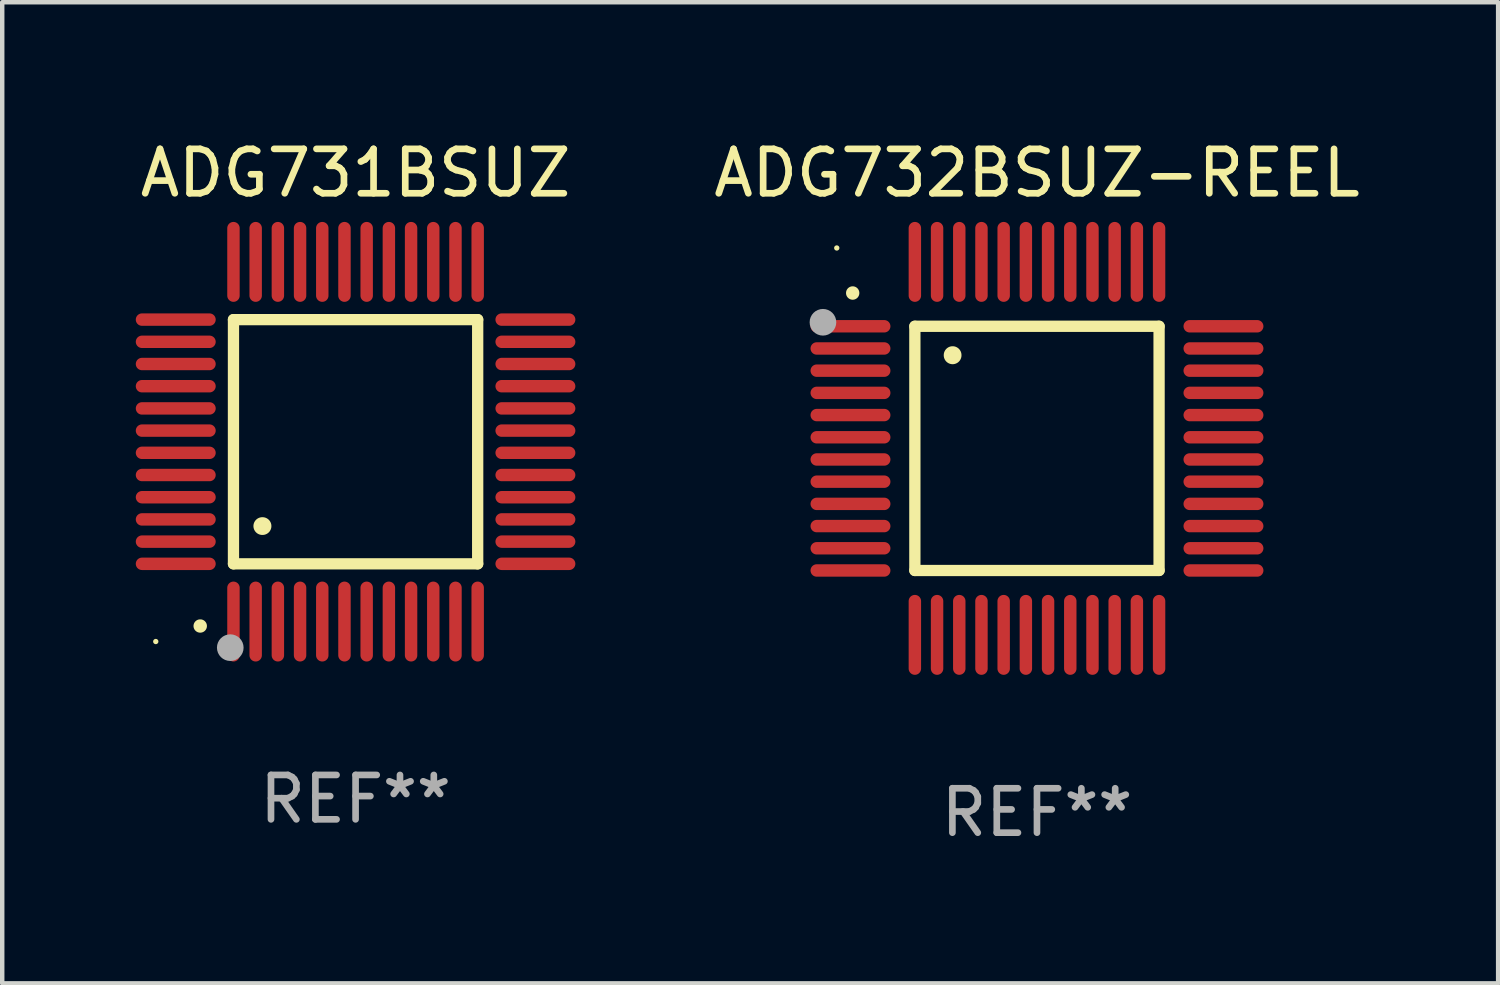
<source format=kicad_pcb>
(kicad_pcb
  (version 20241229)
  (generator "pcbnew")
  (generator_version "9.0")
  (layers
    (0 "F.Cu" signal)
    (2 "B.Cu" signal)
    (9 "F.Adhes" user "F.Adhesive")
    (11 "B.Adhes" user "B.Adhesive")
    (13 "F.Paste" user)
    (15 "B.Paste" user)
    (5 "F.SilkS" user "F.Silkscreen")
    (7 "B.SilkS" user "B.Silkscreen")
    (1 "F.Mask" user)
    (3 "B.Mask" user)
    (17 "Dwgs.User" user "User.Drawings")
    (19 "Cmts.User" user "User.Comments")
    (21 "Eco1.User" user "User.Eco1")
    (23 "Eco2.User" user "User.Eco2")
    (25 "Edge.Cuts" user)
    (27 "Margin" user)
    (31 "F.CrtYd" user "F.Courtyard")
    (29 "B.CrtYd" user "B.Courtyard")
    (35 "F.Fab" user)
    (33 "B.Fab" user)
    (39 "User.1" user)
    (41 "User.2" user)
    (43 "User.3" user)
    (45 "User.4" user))
  (footprint "ADG731BSUZ"
    (layer "F.Cu")
    (at 4.958 6.898)
    (property "Reference" "ADG731BSUZ" (at 0 -6.05 0) (layer "F.SilkS") (effects (font (size 1 1) (thickness 0.15))))
    (attr through_hole)
    (fp_line (start -2.75 -2.75) (end 2.75 -2.75) (stroke (width 0.254) (type solid)) (layer "F.SilkS"))
    (fp_line (start -2.75 2.75) (end -2.75 -2.75) (stroke (width 0.254) (type solid)) (layer "F.SilkS"))
    (fp_line (start 2.75 -2.75) (end 2.75 2.75) (stroke (width 0.254) (type solid)) (layer "F.SilkS"))
    (fp_line (start 2.75 2.75) (end -2.75 2.75) (stroke (width 0.254) (type solid)) (layer "F.SilkS"))
    (fp_arc (start -3.500127 4.150368) (mid -3.498857 4.150363) (end -3.497587 4.150368) (stroke (width 0.3) (type solid)) (layer "F.SilkS"))
    (fp_arc (start -2.100584 1.899924) (mid -2.098044 1.899908) (end -2.095504 1.899924) (stroke (width 0.4) (type solid)) (layer "F.SilkS"))
    (fp_circle (center -4.5 4.5) (end -4.47 4.5) (stroke (width 0.06) (type solid)) (fill no) (layer "F.SilkS"))
    (fp_circle (center -2.822 4.638) (end -2.672 4.638) (stroke (width 0.3) (type solid)) (fill no) (layer "F.Fab"))
    (fp_text user "REF**" (at 0 8.05 0) (layer "F.Fab") (effects (font (size 1 1) (thickness 0.15))))
    (pad "1" smd oval (at -2.75 4.05) (size 0.28 1.8) (layers "F.Cu" "F.Mask" "F.Paste"))
    (pad "2" smd oval (at -2.25 4.05) (size 0.28 1.8) (layers "F.Cu" "F.Mask" "F.Paste"))
    (pad "3" smd oval (at -1.75 4.05) (size 0.28 1.8) (layers "F.Cu" "F.Mask" "F.Paste"))
    (pad "4" smd oval (at -1.25 4.05) (size 0.28 1.8) (layers "F.Cu" "F.Mask" "F.Paste"))
    (pad "5" smd oval (at -0.75 4.05) (size 0.28 1.8) (layers "F.Cu" "F.Mask" "F.Paste"))
    (pad "6" smd oval (at -0.25 4.05) (size 0.28 1.8) (layers "F.Cu" "F.Mask" "F.Paste"))
    (pad "7" smd oval (at 0.25 4.05) (size 0.28 1.8) (layers "F.Cu" "F.Mask" "F.Paste"))
    (pad "8" smd oval (at 0.75 4.05) (size 0.28 1.8) (layers "F.Cu" "F.Mask" "F.Paste"))
    (pad "9" smd oval (at 1.25 4.05) (size 0.28 1.8) (layers "F.Cu" "F.Mask" "F.Paste"))
    (pad "10" smd oval (at 1.75 4.05) (size 0.28 1.8) (layers "F.Cu" "F.Mask" "F.Paste"))
    (pad "11" smd oval (at 2.25 4.05) (size 0.28 1.8) (layers "F.Cu" "F.Mask" "F.Paste"))
    (pad "12" smd oval (at 2.75 4.05) (size 0.28 1.8) (layers "F.Cu" "F.Mask" "F.Paste"))
    (pad "13" smd oval (at 4.05 2.75) (size 1.8 0.28) (layers "F.Cu" "F.Mask" "F.Paste"))
    (pad "14" smd oval (at 4.05 2.25) (size 1.8 0.28) (layers "F.Cu" "F.Mask" "F.Paste"))
    (pad "15" smd oval (at 4.05 1.75) (size 1.8 0.28) (layers "F.Cu" "F.Mask" "F.Paste"))
    (pad "16" smd oval (at 4.05 1.25) (size 1.8 0.28) (layers "F.Cu" "F.Mask" "F.Paste"))
    (pad "17" smd oval (at 4.05 0.75) (size 1.8 0.28) (layers "F.Cu" "F.Mask" "F.Paste"))
    (pad "18" smd oval (at 4.05 0.25) (size 1.8 0.28) (layers "F.Cu" "F.Mask" "F.Paste"))
    (pad "19" smd oval (at 4.05 -0.25) (size 1.8 0.28) (layers "F.Cu" "F.Mask" "F.Paste"))
    (pad "20" smd oval (at 4.05 -0.75) (size 1.8 0.28) (layers "F.Cu" "F.Mask" "F.Paste"))
    (pad "21" smd oval (at 4.05 -1.25) (size 1.8 0.28) (layers "F.Cu" "F.Mask" "F.Paste"))
    (pad "22" smd oval (at 4.05 -1.75) (size 1.8 0.28) (layers "F.Cu" "F.Mask" "F.Paste"))
    (pad "23" smd oval (at 4.05 -2.25) (size 1.8 0.28) (layers "F.Cu" "F.Mask" "F.Paste"))
    (pad "24" smd oval (at 4.05 -2.75) (size 1.8 0.28) (layers "F.Cu" "F.Mask" "F.Paste"))
    (pad "25" smd oval (at 2.75 -4.05) (size 0.28 1.8) (layers "F.Cu" "F.Mask" "F.Paste"))
    (pad "26" smd oval (at 2.25 -4.05) (size 0.28 1.8) (layers "F.Cu" "F.Mask" "F.Paste"))
    (pad "27" smd oval (at 1.75 -4.05) (size 0.28 1.8) (layers "F.Cu" "F.Mask" "F.Paste"))
    (pad "28" smd oval (at 1.25 -4.05) (size 0.28 1.8) (layers "F.Cu" "F.Mask" "F.Paste"))
    (pad "29" smd oval (at 0.75 -4.05) (size 0.28 1.8) (layers "F.Cu" "F.Mask" "F.Paste"))
    (pad "30" smd oval (at 0.25 -4.05) (size 0.28 1.8) (layers "F.Cu" "F.Mask" "F.Paste"))
    (pad "31" smd oval (at -0.25 -4.05) (size 0.28 1.8) (layers "F.Cu" "F.Mask" "F.Paste"))
    (pad "32" smd oval (at -0.75 -4.05) (size 0.28 1.8) (layers "F.Cu" "F.Mask" "F.Paste"))
    (pad "33" smd oval (at -1.25 -4.05) (size 0.28 1.8) (layers "F.Cu" "F.Mask" "F.Paste"))
    (pad "34" smd oval (at -1.75 -4.05) (size 0.28 1.8) (layers "F.Cu" "F.Mask" "F.Paste"))
    (pad "35" smd oval (at -2.25 -4.05) (size 0.28 1.8) (layers "F.Cu" "F.Mask" "F.Paste"))
    (pad "36" smd oval (at -2.75 -4.05) (size 0.28 1.8) (layers "F.Cu" "F.Mask" "F.Paste"))
    (pad "37" smd oval (at -4.05 -2.75) (size 1.8 0.28) (layers "F.Cu" "F.Mask" "F.Paste"))
    (pad "38" smd oval (at -4.05 -2.25) (size 1.8 0.28) (layers "F.Cu" "F.Mask" "F.Paste"))
    (pad "39" smd oval (at -4.05 -1.75) (size 1.8 0.28) (layers "F.Cu" "F.Mask" "F.Paste"))
    (pad "40" smd oval (at -4.05 -1.25) (size 1.8 0.28) (layers "F.Cu" "F.Mask" "F.Paste"))
    (pad "41" smd oval (at -4.05 -0.75) (size 1.8 0.28) (layers "F.Cu" "F.Mask" "F.Paste"))
    (pad "42" smd oval (at -4.05 -0.25) (size 1.8 0.28) (layers "F.Cu" "F.Mask" "F.Paste"))
    (pad "43" smd oval (at -4.05 0.25) (size 1.8 0.28) (layers "F.Cu" "F.Mask" "F.Paste"))
    (pad "44" smd oval (at -4.05 0.75) (size 1.8 0.28) (layers "F.Cu" "F.Mask" "F.Paste"))
    (pad "45" smd oval (at -4.05 1.25) (size 1.8 0.28) (layers "F.Cu" "F.Mask" "F.Paste"))
    (pad "46" smd oval (at -4.05 1.75) (size 1.8 0.28) (layers "F.Cu" "F.Mask" "F.Paste"))
    (pad "47" smd oval (at -4.05 2.25) (size 1.8 0.28) (layers "F.Cu" "F.Mask" "F.Paste"))
    (pad "48" smd oval (at -4.05 2.75) (size 1.8 0.28) (layers "F.Cu" "F.Mask" "F.Paste")))
  (footprint "ADG732BSUZ-REEL"
    (layer "F.Cu")
    (at 20.304 7.048)
    (property "Reference" "ADG732BSUZ-REEL" (at 0 -6.2 0) (layer "F.SilkS") (effects (font (size 1 1) (thickness 0.15))))
    (attr through_hole)
    (fp_line (start -2.75 -2.75) (end 2.75 -2.75) (stroke (width 0.254) (type solid)) (layer "F.SilkS"))
    (fp_line (start -2.75 2.75) (end -2.75 -2.75) (stroke (width 0.254) (type solid)) (layer "F.SilkS"))
    (fp_line (start 2.75 -2.75) (end 2.75 2.75) (stroke (width 0.254) (type solid)) (layer "F.SilkS"))
    (fp_line (start 2.75 2.75) (end -2.75 2.75) (stroke (width 0.254) (type solid)) (layer "F.SilkS"))
    (fp_arc (start -4.150368 -3.497587) (mid -4.150373 -3.498857) (end -4.150368 -3.500127) (stroke (width 0.3) (type solid)) (layer "F.SilkS"))
    (fp_arc (start -1.899924 -2.095504) (mid -1.89994 -2.098044) (end -1.899924 -2.100584) (stroke (width 0.4) (type solid)) (layer "F.SilkS"))
    (fp_circle (center -4.509 -4.513) (end -4.479 -4.513) (stroke (width 0.06) (type solid)) (fill no) (layer "F.SilkS"))
    (fp_circle (center -4.82 -2.84) (end -4.67 -2.84) (stroke (width 0.3) (type solid)) (fill no) (layer "F.Fab"))
    (fp_text user "REF**" (at 0 8.2 0) (layer "F.Fab") (effects (font (size 1 1) (thickness 0.15))))
    (pad "1" smd oval (at -4.2 -2.75 90) (size 0.28 1.8) (layers "F.Cu" "F.Mask" "F.Paste"))
    (pad "2" smd oval (at -4.2 -2.25 90) (size 0.28 1.8) (layers "F.Cu" "F.Mask" "F.Paste"))
    (pad "3" smd oval (at -4.2 -1.75 90) (size 0.28 1.8) (layers "F.Cu" "F.Mask" "F.Paste"))
    (pad "4" smd oval (at -4.2 -1.25 90) (size 0.28 1.8) (layers "F.Cu" "F.Mask" "F.Paste"))
    (pad "5" smd oval (at -4.2 -0.75 90) (size 0.28 1.8) (layers "F.Cu" "F.Mask" "F.Paste"))
    (pad "6" smd oval (at -4.2 -0.25 90) (size 0.28 1.8) (layers "F.Cu" "F.Mask" "F.Paste"))
    (pad "7" smd oval (at -4.2 0.25 90) (size 0.28 1.8) (layers "F.Cu" "F.Mask" "F.Paste"))
    (pad "8" smd oval (at -4.2 0.75 90) (size 0.28 1.8) (layers "F.Cu" "F.Mask" "F.Paste"))
    (pad "9" smd oval (at -4.2 1.25 90) (size 0.28 1.8) (layers "F.Cu" "F.Mask" "F.Paste"))
    (pad "10" smd oval (at -4.2 1.75 90) (size 0.28 1.8) (layers "F.Cu" "F.Mask" "F.Paste"))
    (pad "11" smd oval (at -4.2 2.25 90) (size 0.28 1.8) (layers "F.Cu" "F.Mask" "F.Paste"))
    (pad "12" smd oval (at -4.2 2.75 90) (size 0.28 1.8) (layers "F.Cu" "F.Mask" "F.Paste"))
    (pad "13" smd oval (at -2.75 4.2) (size 0.28 1.8) (layers "F.Cu" "F.Mask" "F.Paste"))
    (pad "14" smd oval (at -2.25 4.2) (size 0.28 1.8) (layers "F.Cu" "F.Mask" "F.Paste"))
    (pad "15" smd oval (at -1.75 4.2) (size 0.28 1.8) (layers "F.Cu" "F.Mask" "F.Paste"))
    (pad "16" smd oval (at -1.25 4.2) (size 0.28 1.8) (layers "F.Cu" "F.Mask" "F.Paste"))
    (pad "17" smd oval (at -0.75 4.2) (size 0.28 1.8) (layers "F.Cu" "F.Mask" "F.Paste"))
    (pad "18" smd oval (at -0.25 4.2) (size 0.28 1.8) (layers "F.Cu" "F.Mask" "F.Paste"))
    (pad "19" smd oval (at 0.25 4.2) (size 0.28 1.8) (layers "F.Cu" "F.Mask" "F.Paste"))
    (pad "20" smd oval (at 0.75 4.2) (size 0.28 1.8) (layers "F.Cu" "F.Mask" "F.Paste"))
    (pad "21" smd oval (at 1.25 4.2) (size 0.28 1.8) (layers "F.Cu" "F.Mask" "F.Paste"))
    (pad "22" smd oval (at 1.75 4.2) (size 0.28 1.8) (layers "F.Cu" "F.Mask" "F.Paste"))
    (pad "23" smd oval (at 2.25 4.2) (size 0.28 1.8) (layers "F.Cu" "F.Mask" "F.Paste"))
    (pad "24" smd oval (at 2.75 4.2) (size 0.28 1.8) (layers "F.Cu" "F.Mask" "F.Paste"))
    (pad "25" smd oval (at 4.2 2.75 90) (size 0.28 1.8) (layers "F.Cu" "F.Mask" "F.Paste"))
    (pad "26" smd oval (at 4.2 2.25 90) (size 0.28 1.8) (layers "F.Cu" "F.Mask" "F.Paste"))
    (pad "27" smd oval (at 4.2 1.75 90) (size 0.28 1.8) (layers "F.Cu" "F.Mask" "F.Paste"))
    (pad "28" smd oval (at 4.2 1.25 90) (size 0.28 1.8) (layers "F.Cu" "F.Mask" "F.Paste"))
    (pad "29" smd oval (at 4.2 0.75 90) (size 0.28 1.8) (layers "F.Cu" "F.Mask" "F.Paste"))
    (pad "30" smd oval (at 4.2 0.25 90) (size 0.28 1.8) (layers "F.Cu" "F.Mask" "F.Paste"))
    (pad "31" smd oval (at 4.2 -0.25 90) (size 0.28 1.8) (layers "F.Cu" "F.Mask" "F.Paste"))
    (pad "32" smd oval (at 4.2 -0.75 90) (size 0.28 1.8) (layers "F.Cu" "F.Mask" "F.Paste"))
    (pad "33" smd oval (at 4.2 -1.25 90) (size 0.28 1.8) (layers "F.Cu" "F.Mask" "F.Paste"))
    (pad "34" smd oval (at 4.2 -1.75 90) (size 0.28 1.8) (layers "F.Cu" "F.Mask" "F.Paste"))
    (pad "35" smd oval (at 4.2 -2.25 90) (size 0.28 1.8) (layers "F.Cu" "F.Mask" "F.Paste"))
    (pad "36" smd oval (at 4.2 -2.75 90) (size 0.28 1.8) (layers "F.Cu" "F.Mask" "F.Paste"))
    (pad "37" smd oval (at 2.75 -4.2) (size 0.28 1.8) (layers "F.Cu" "F.Mask" "F.Paste"))
    (pad "38" smd oval (at 2.25 -4.2) (size 0.28 1.8) (layers "F.Cu" "F.Mask" "F.Paste"))
    (pad "39" smd oval (at 1.75 -4.2) (size 0.28 1.8) (layers "F.Cu" "F.Mask" "F.Paste"))
    (pad "40" smd oval (at 1.25 -4.2) (size 0.28 1.8) (layers "F.Cu" "F.Mask" "F.Paste"))
    (pad "41" smd oval (at 0.75 -4.2) (size 0.28 1.8) (layers "F.Cu" "F.Mask" "F.Paste"))
    (pad "42" smd oval (at 0.25 -4.2) (size 0.28 1.8) (layers "F.Cu" "F.Mask" "F.Paste"))
    (pad "43" smd oval (at -0.25 -4.2) (size 0.28 1.8) (layers "F.Cu" "F.Mask" "F.Paste"))
    (pad "44" smd oval (at -0.75 -4.2) (size 0.28 1.8) (layers "F.Cu" "F.Mask" "F.Paste"))
    (pad "45" smd oval (at -1.25 -4.2) (size 0.28 1.8) (layers "F.Cu" "F.Mask" "F.Paste"))
    (pad "46" smd oval (at -1.75 -4.2) (size 0.28 1.8) (layers "F.Cu" "F.Mask" "F.Paste"))
    (pad "47" smd oval (at -2.25 -4.2) (size 0.28 1.8) (layers "F.Cu" "F.Mask" "F.Paste"))
    (pad "48" smd oval (at -2.75 -4.2) (size 0.28 1.8) (layers "F.Cu" "F.Mask" "F.Paste")))
  (gr_rect
    (start -3 -3)
    (end 30.69 19.097)
    (stroke (width 0.1) (type default))
    (fill no)
    (layer "Edge.Cuts")))
</source>
